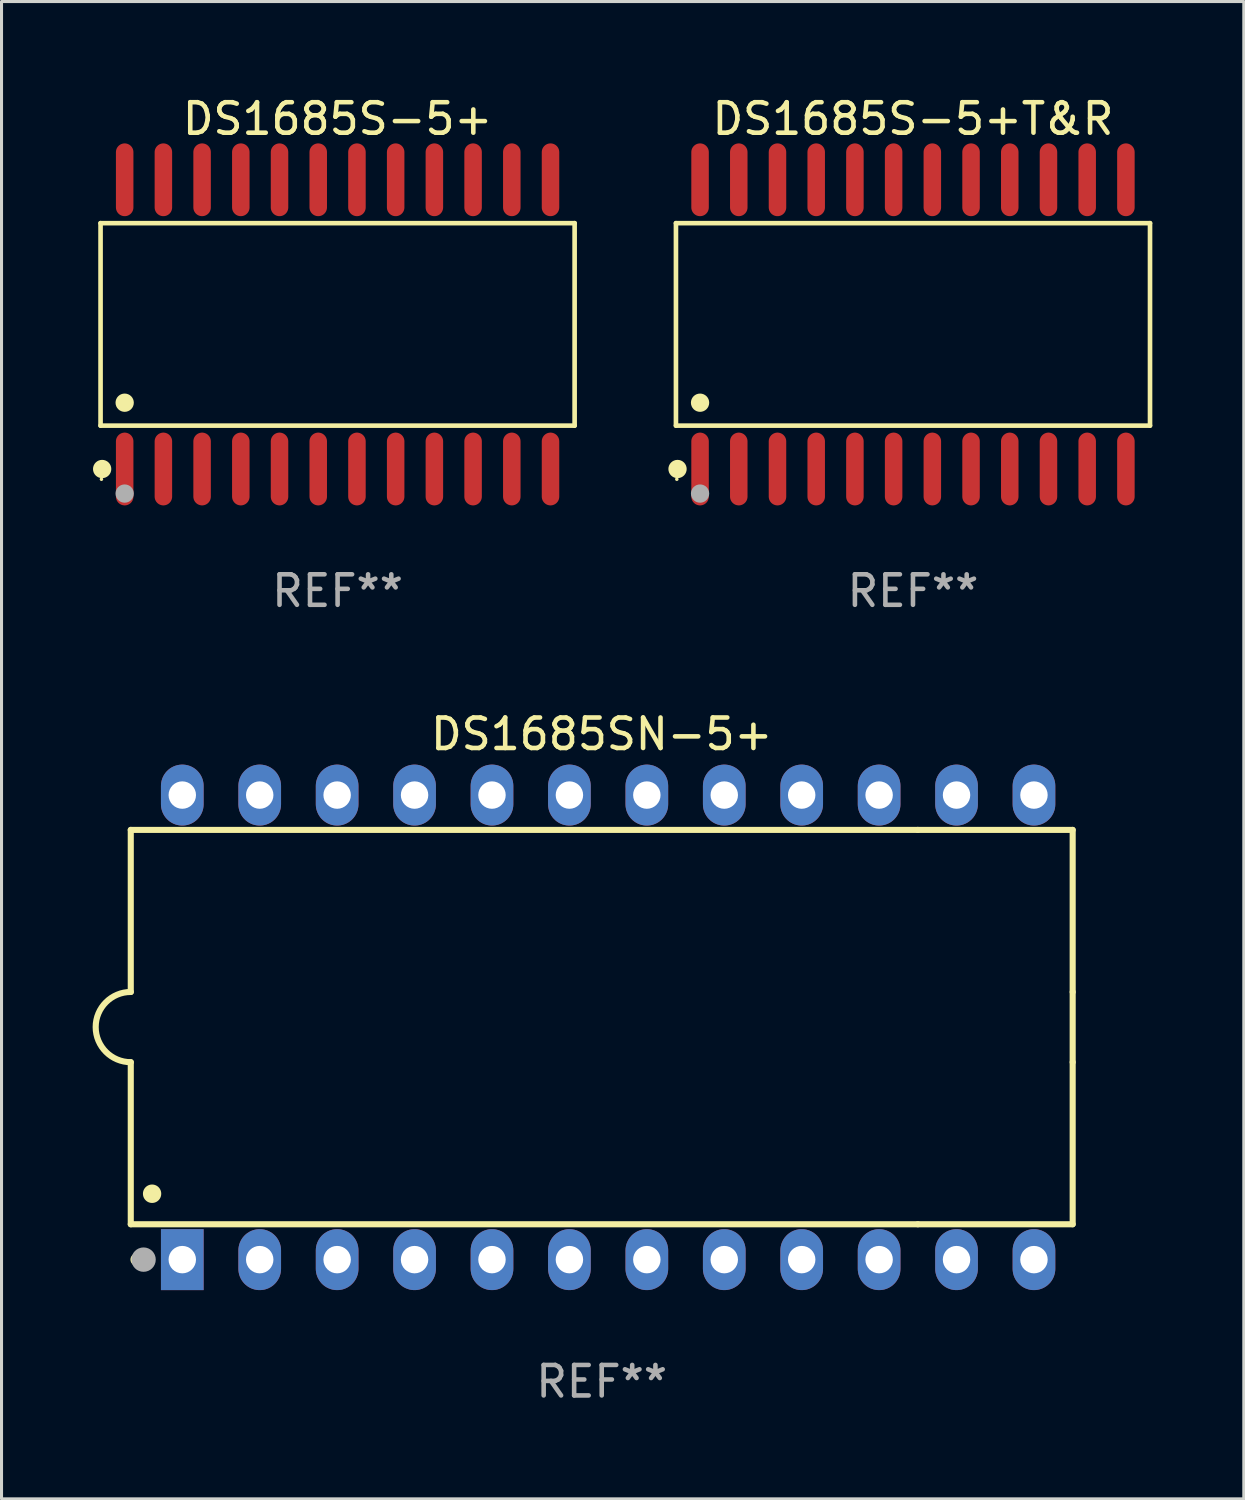
<source format=kicad_pcb>
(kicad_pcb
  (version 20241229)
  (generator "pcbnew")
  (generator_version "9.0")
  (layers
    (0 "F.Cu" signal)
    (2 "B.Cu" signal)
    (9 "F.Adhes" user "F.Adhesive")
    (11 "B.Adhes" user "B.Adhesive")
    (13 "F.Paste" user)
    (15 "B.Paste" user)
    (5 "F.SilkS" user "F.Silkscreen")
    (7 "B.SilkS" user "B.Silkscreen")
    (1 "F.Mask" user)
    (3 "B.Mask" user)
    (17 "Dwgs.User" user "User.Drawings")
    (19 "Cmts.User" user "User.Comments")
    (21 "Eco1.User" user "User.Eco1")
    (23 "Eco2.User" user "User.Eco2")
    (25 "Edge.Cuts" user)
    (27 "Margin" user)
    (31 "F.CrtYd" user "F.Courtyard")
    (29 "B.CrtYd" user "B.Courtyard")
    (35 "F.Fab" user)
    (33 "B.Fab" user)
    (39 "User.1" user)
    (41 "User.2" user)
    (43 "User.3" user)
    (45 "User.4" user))
  (footprint "DS1685S-5+"
    (layer "F.Cu")
    (at 8.025 7.592)
    (property "Reference" "DS1685S-5+" (at 0 -6.744 0) (layer "F.SilkS") (effects (font (size 1 1) (thickness 0.15))))
    (attr through_hole)
    (fp_line (start -7.776 -3.321) (end 7.776 -3.321) (stroke (width 0.152) (type solid)) (layer "F.SilkS"))
    (fp_line (start -7.776 3.321) (end -7.776 -3.321) (stroke (width 0.152) (type solid)) (layer "F.SilkS"))
    (fp_line (start 7.776 -3.321) (end 7.776 3.321) (stroke (width 0.152) (type solid)) (layer "F.SilkS"))
    (fp_line (start 7.776 3.321) (end -7.776 3.321) (stroke (width 0.152) (type solid)) (layer "F.SilkS"))
    (fp_circle (center -7.747 5.08) (end -7.717 5.08) (stroke (width 0.06) (type solid)) (fill no) (layer "F.SilkS"))
    (fp_circle (center -7.724 4.744) (end -7.574 4.744) (stroke (width 0.3) (type solid)) (fill no) (layer "F.SilkS"))
    (fp_circle (center -6.985 2.569) (end -6.835 2.569) (stroke (width 0.3) (type solid)) (fill no) (layer "F.SilkS"))
    (fp_circle (center -6.985 5.55) (end -6.835 5.55) (stroke (width 0.3) (type solid)) (fill no) (layer "F.Fab"))
    (fp_text user "REF**" (at 0 8.744 0) (layer "F.Fab") (effects (font (size 1 1) (thickness 0.15))))
    (pad "1" smd oval (at -6.985 4.744) (size 0.574 2.388) (layers "F.Cu" "F.Mask" "F.Paste"))
    (pad "2" smd oval (at -5.715 4.744) (size 0.574 2.388) (layers "F.Cu" "F.Mask" "F.Paste"))
    (pad "3" smd oval (at -4.445 4.744) (size 0.574 2.388) (layers "F.Cu" "F.Mask" "F.Paste"))
    (pad "4" smd oval (at -3.175 4.744) (size 0.574 2.388) (layers "F.Cu" "F.Mask" "F.Paste"))
    (pad "5" smd oval (at -1.905 4.744) (size 0.574 2.388) (layers "F.Cu" "F.Mask" "F.Paste"))
    (pad "6" smd oval (at -0.635 4.744) (size 0.574 2.388) (layers "F.Cu" "F.Mask" "F.Paste"))
    (pad "7" smd oval (at 0.635 4.744) (size 0.574 2.388) (layers "F.Cu" "F.Mask" "F.Paste"))
    (pad "8" smd oval (at 1.905 4.744) (size 0.574 2.388) (layers "F.Cu" "F.Mask" "F.Paste"))
    (pad "9" smd oval (at 3.175 4.744) (size 0.574 2.388) (layers "F.Cu" "F.Mask" "F.Paste"))
    (pad "10" smd oval (at 4.445 4.744) (size 0.574 2.388) (layers "F.Cu" "F.Mask" "F.Paste"))
    (pad "11" smd oval (at 5.715 4.744) (size 0.574 2.388) (layers "F.Cu" "F.Mask" "F.Paste"))
    (pad "12" smd oval (at 6.985 4.744) (size 0.574 2.388) (layers "F.Cu" "F.Mask" "F.Paste"))
    (pad "13" smd oval (at 6.985 -4.744) (size 0.574 2.388) (layers "F.Cu" "F.Mask" "F.Paste"))
    (pad "14" smd oval (at 5.715 -4.744) (size 0.574 2.388) (layers "F.Cu" "F.Mask" "F.Paste"))
    (pad "15" smd oval (at 4.445 -4.744) (size 0.574 2.388) (layers "F.Cu" "F.Mask" "F.Paste"))
    (pad "16" smd oval (at 3.175 -4.744) (size 0.574 2.388) (layers "F.Cu" "F.Mask" "F.Paste"))
    (pad "17" smd oval (at 1.905 -4.744) (size 0.574 2.388) (layers "F.Cu" "F.Mask" "F.Paste"))
    (pad "18" smd oval (at 0.635 -4.744) (size 0.574 2.388) (layers "F.Cu" "F.Mask" "F.Paste"))
    (pad "19" smd oval (at -0.635 -4.744) (size 0.574 2.388) (layers "F.Cu" "F.Mask" "F.Paste"))
    (pad "20" smd oval (at -1.905 -4.744) (size 0.574 2.388) (layers "F.Cu" "F.Mask" "F.Paste"))
    (pad "21" smd oval (at -3.175 -4.744) (size 0.574 2.388) (layers "F.Cu" "F.Mask" "F.Paste"))
    (pad "22" smd oval (at -4.445 -4.744) (size 0.574 2.388) (layers "F.Cu" "F.Mask" "F.Paste"))
    (pad "23" smd oval (at -5.715 -4.744) (size 0.574 2.388) (layers "F.Cu" "F.Mask" "F.Paste"))
    (pad "24" smd oval (at -6.985 -4.744) (size 0.574 2.388) (layers "F.Cu" "F.Mask" "F.Paste")))
  (footprint "DS1685S-5+T&R"
    (layer "F.Cu")
    (at 26.901 7.592)
    (property "Reference" "DS1685S-5+T&R" (at 0 -6.744 0) (layer "F.SilkS") (effects (font (size 1 1) (thickness 0.15))))
    (attr through_hole)
    (fp_line (start -7.776 -3.321) (end 7.776 -3.321) (stroke (width 0.152) (type solid)) (layer "F.SilkS"))
    (fp_line (start -7.776 3.321) (end -7.776 -3.321) (stroke (width 0.152) (type solid)) (layer "F.SilkS"))
    (fp_line (start 7.776 -3.321) (end 7.776 3.321) (stroke (width 0.152) (type solid)) (layer "F.SilkS"))
    (fp_line (start 7.776 3.321) (end -7.776 3.321) (stroke (width 0.152) (type solid)) (layer "F.SilkS"))
    (fp_circle (center -7.747 5.08) (end -7.717 5.08) (stroke (width 0.06) (type solid)) (fill no) (layer "F.SilkS"))
    (fp_circle (center -7.724 4.744) (end -7.574 4.744) (stroke (width 0.3) (type solid)) (fill no) (layer "F.SilkS"))
    (fp_circle (center -6.985 2.569) (end -6.835 2.569) (stroke (width 0.3) (type solid)) (fill no) (layer "F.SilkS"))
    (fp_circle (center -6.985 5.55) (end -6.835 5.55) (stroke (width 0.3) (type solid)) (fill no) (layer "F.Fab"))
    (fp_text user "REF**" (at 0 8.744 0) (layer "F.Fab") (effects (font (size 1 1) (thickness 0.15))))
    (pad "1" smd oval (at -6.985 4.744) (size 0.574 2.388) (layers "F.Cu" "F.Mask" "F.Paste"))
    (pad "2" smd oval (at -5.715 4.744) (size 0.574 2.388) (layers "F.Cu" "F.Mask" "F.Paste"))
    (pad "3" smd oval (at -4.445 4.744) (size 0.574 2.388) (layers "F.Cu" "F.Mask" "F.Paste"))
    (pad "4" smd oval (at -3.175 4.744) (size 0.574 2.388) (layers "F.Cu" "F.Mask" "F.Paste"))
    (pad "5" smd oval (at -1.905 4.744) (size 0.574 2.388) (layers "F.Cu" "F.Mask" "F.Paste"))
    (pad "6" smd oval (at -0.635 4.744) (size 0.574 2.388) (layers "F.Cu" "F.Mask" "F.Paste"))
    (pad "7" smd oval (at 0.635 4.744) (size 0.574 2.388) (layers "F.Cu" "F.Mask" "F.Paste"))
    (pad "8" smd oval (at 1.905 4.744) (size 0.574 2.388) (layers "F.Cu" "F.Mask" "F.Paste"))
    (pad "9" smd oval (at 3.175 4.744) (size 0.574 2.388) (layers "F.Cu" "F.Mask" "F.Paste"))
    (pad "10" smd oval (at 4.445 4.744) (size 0.574 2.388) (layers "F.Cu" "F.Mask" "F.Paste"))
    (pad "11" smd oval (at 5.715 4.744) (size 0.574 2.388) (layers "F.Cu" "F.Mask" "F.Paste"))
    (pad "12" smd oval (at 6.985 4.744) (size 0.574 2.388) (layers "F.Cu" "F.Mask" "F.Paste"))
    (pad "13" smd oval (at 6.985 -4.744) (size 0.574 2.388) (layers "F.Cu" "F.Mask" "F.Paste"))
    (pad "14" smd oval (at 5.715 -4.744) (size 0.574 2.388) (layers "F.Cu" "F.Mask" "F.Paste"))
    (pad "15" smd oval (at 4.445 -4.744) (size 0.574 2.388) (layers "F.Cu" "F.Mask" "F.Paste"))
    (pad "16" smd oval (at 3.175 -4.744) (size 0.574 2.388) (layers "F.Cu" "F.Mask" "F.Paste"))
    (pad "17" smd oval (at 1.905 -4.744) (size 0.574 2.388) (layers "F.Cu" "F.Mask" "F.Paste"))
    (pad "18" smd oval (at 0.635 -4.744) (size 0.574 2.388) (layers "F.Cu" "F.Mask" "F.Paste"))
    (pad "19" smd oval (at -0.635 -4.744) (size 0.574 2.388) (layers "F.Cu" "F.Mask" "F.Paste"))
    (pad "20" smd oval (at -1.905 -4.744) (size 0.574 2.388) (layers "F.Cu" "F.Mask" "F.Paste"))
    (pad "21" smd oval (at -3.175 -4.744) (size 0.574 2.388) (layers "F.Cu" "F.Mask" "F.Paste"))
    (pad "22" smd oval (at -4.445 -4.744) (size 0.574 2.388) (layers "F.Cu" "F.Mask" "F.Paste"))
    (pad "23" smd oval (at -5.715 -4.744) (size 0.574 2.388) (layers "F.Cu" "F.Mask" "F.Paste"))
    (pad "24" smd oval (at -6.985 -4.744) (size 0.574 2.388) (layers "F.Cu" "F.Mask" "F.Paste")))
  (footprint "DS1685SN-5+"
    (layer "F.Cu")
    (at 16.69 30.653)
    (property "Reference" "DS1685SN-5+" (at 0 -9.62 0) (layer "F.SilkS") (effects (font (size 1 1) (thickness 0.15))))
    (attr through_hole)
    (fp_line (start -15.45 -6.477) (end 10.37 -6.477) (stroke (width 0.2) (type solid)) (layer "F.SilkS"))
    (fp_line (start -15.45 -1.16) (end -15.45 -6.477) (stroke (width 0.2) (type solid)) (layer "F.SilkS"))
    (fp_line (start -15.45 6.46) (end -15.45 1.143) (stroke (width 0.2) (type solid)) (layer "F.SilkS"))
    (fp_line (start 10.37 -6.477) (end 15.45 -6.477) (stroke (width 0.2) (type solid)) (layer "F.SilkS"))
    (fp_line (start 10.37 6.46) (end -15.45 6.46) (stroke (width 0.2) (type solid)) (layer "F.SilkS"))
    (fp_line (start 15.45 -6.477) (end 15.45 -1.16) (stroke (width 0.2) (type solid)) (layer "F.SilkS"))
    (fp_line (start 15.45 -1.16) (end 15.45 1.143) (stroke (width 0.2) (type solid)) (layer "F.SilkS"))
    (fp_line (start 15.45 1.143) (end 15.45 6.46) (stroke (width 0.2) (type solid)) (layer "F.SilkS"))
    (fp_line (start 15.45 6.46) (end 10.37 6.46) (stroke (width 0.2) (type solid)) (layer "F.SilkS"))
    (fp_arc (start -15.449136 1.142901) (mid -16.590111 -0.008992) (end -15.449137 -1.160885) (stroke (width 0.2) (type solid)) (layer "F.SilkS"))
    (fp_arc (start -15.259982 7.620676) (mid -15.259992 7.618644) (end -15.259982 7.616612) (stroke (width 0.4) (type solid)) (layer "F.SilkS"))
    (fp_arc (start -14.750635 5.460909) (mid -14.750646 5.458369) (end -14.750635 5.455829) (stroke (width 0.6) (type solid)) (layer "F.SilkS"))
    (fp_circle (center -15.29 7.7) (end -15.26 7.7) (stroke (width 0.06) (type solid)) (fill no) (layer "F.SilkS"))
    (fp_circle (center -15.03 7.62) (end -14.83 7.62) (stroke (width 0.4) (type solid)) (fill no) (layer "F.Fab"))
    (fp_text user "REF**" (at 0 11.62 0) (layer "F.Fab") (effects (font (size 1 1) (thickness 0.15))))
    (pad "1" thru_hole rect (at -13.76 7.62) (size 1.4 2) (drill 0.9) (layers "*.Cu" "*.Mask"))
    (pad "2" thru_hole oval (at -11.22 7.62) (size 1.4 2) (drill 0.9) (layers "*.Cu" "*.Mask"))
    (pad "3" thru_hole oval (at -8.68 7.62) (size 1.4 2) (drill 0.9) (layers "*.Cu" "*.Mask"))
    (pad "4" thru_hole oval (at -6.14 7.62) (size 1.4 2) (drill 0.9) (layers "*.Cu" "*.Mask"))
    (pad "5" thru_hole oval (at -3.6 7.62) (size 1.4 2) (drill 0.9) (layers "*.Cu" "*.Mask"))
    (pad "6" thru_hole oval (at -1.06 7.62) (size 1.4 2) (drill 0.9) (layers "*.Cu" "*.Mask"))
    (pad "7" thru_hole oval (at 1.48 7.62) (size 1.4 2) (drill 0.9) (layers "*.Cu" "*.Mask"))
    (pad "8" thru_hole oval (at 4.02 7.62) (size 1.4 2) (drill 0.9) (layers "*.Cu" "*.Mask"))
    (pad "9" thru_hole oval (at 6.56 7.62) (size 1.4 2) (drill 0.9) (layers "*.Cu" "*.Mask"))
    (pad "10" thru_hole oval (at 9.1 7.62) (size 1.4 2) (drill 0.9) (layers "*.Cu" "*.Mask"))
    (pad "11" thru_hole oval (at 11.64 7.62) (size 1.4 2) (drill 0.9) (layers "*.Cu" "*.Mask"))
    (pad "12" thru_hole oval (at 14.18 7.62) (size 1.4 2) (drill 0.9) (layers "*.Cu" "*.Mask"))
    (pad "13" thru_hole oval (at 14.18 -7.62) (size 1.4 2) (drill 0.9) (layers "*.Cu" "*.Mask"))
    (pad "14" thru_hole oval (at 11.64 -7.62) (size 1.4 2) (drill 0.9) (layers "*.Cu" "*.Mask"))
    (pad "15" thru_hole oval (at 9.1 -7.62) (size 1.4 2) (drill 0.9) (layers "*.Cu" "*.Mask"))
    (pad "16" thru_hole oval (at 6.56 -7.62) (size 1.4 2) (drill 0.9) (layers "*.Cu" "*.Mask"))
    (pad "17" thru_hole oval (at 4.02 -7.62) (size 1.4 2) (drill 0.9) (layers "*.Cu" "*.Mask"))
    (pad "18" thru_hole oval (at 1.48 -7.62) (size 1.4 2) (drill 0.9) (layers "*.Cu" "*.Mask"))
    (pad "19" thru_hole oval (at -1.06 -7.62) (size 1.4 2) (drill 0.9) (layers "*.Cu" "*.Mask"))
    (pad "20" thru_hole oval (at -3.6 -7.62) (size 1.4 2) (drill 0.9) (layers "*.Cu" "*.Mask"))
    (pad "21" thru_hole oval (at -6.14 -7.62) (size 1.4 2) (drill 0.9) (layers "*.Cu" "*.Mask"))
    (pad "22" thru_hole oval (at -8.68 -7.62) (size 1.4 2) (drill 0.9) (layers "*.Cu" "*.Mask"))
    (pad "23" thru_hole oval (at -11.22 -7.62) (size 1.4 2) (drill 0.9) (layers "*.Cu" "*.Mask"))
    (pad "24" thru_hole oval (at -13.76 -7.62) (size 1.4 2) (drill 0.9) (layers "*.Cu" "*.Mask")))
  (gr_rect
    (start -3 -3)
    (end 37.754 46.121)
    (stroke (width 0.1) (type default))
    (fill no)
    (layer "Edge.Cuts")))
</source>
